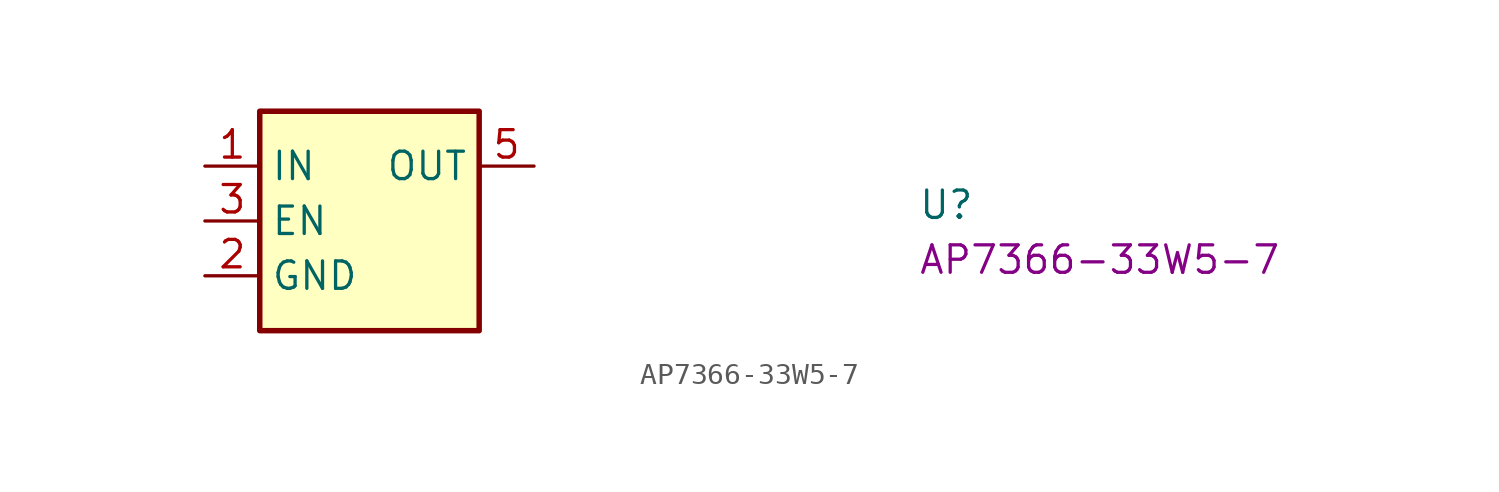
<source format=kicad_sym>
(kicad_symbol_lib
  (version 20220914)
  (generator kicad_symbol_editor)
  (symbol "AP7366-33W5-7"
    (property "Reference" "U"
      (at 33.02 -2.54 0)
      (effects (font (size 1.27 1.27) (thickness 0.15)) (justify left bottom)))
    (property "MPN" "AP7366-33W5-7 "
      (at 33.02 -5.08 0)
      (effects (font (size 1.27 1.27) (thickness 0.15)) (justify left bottom)))
    (symbol "AP7366-33W5-7_1_1"
      (rectangle (start 2.54 2.54) (end 12.7 -7.62) (stroke (width 0.254) (type default)) (fill (type background)))
      (pin passive line (at 0 0 0) (length 2.54) (name "IN" (effects (font (size 1.27 1.27)))) (number "1" (effects (font (size 1.27 1.27)))))
      (pin passive line (at 0 -5.08 0) (length 2.54) (name "GND" (effects (font (size 1.27 1.27)))) (number "2" (effects (font (size 1.27 1.27)))))
      (pin passive line (at 0 -2.54 0) (length 2.54) (name "EN" (effects (font (size 1.27 1.27)))) (number "3" (effects (font (size 1.27 1.27)))))
      (pin no_connect line (at 7.62 2.54 270) (length 2.54) hide (name "NC" (effects (font (size 1.27 1.27)))) (number "4" (effects (font (size 1.27 1.27)))))
      (pin passive line (at 15.24 0 180) (length 2.54) (name "OUT" (effects (font (size 1.27 1.27)))) (number "5" (effects (font (size 1.27 1.27))))))))
</source>
